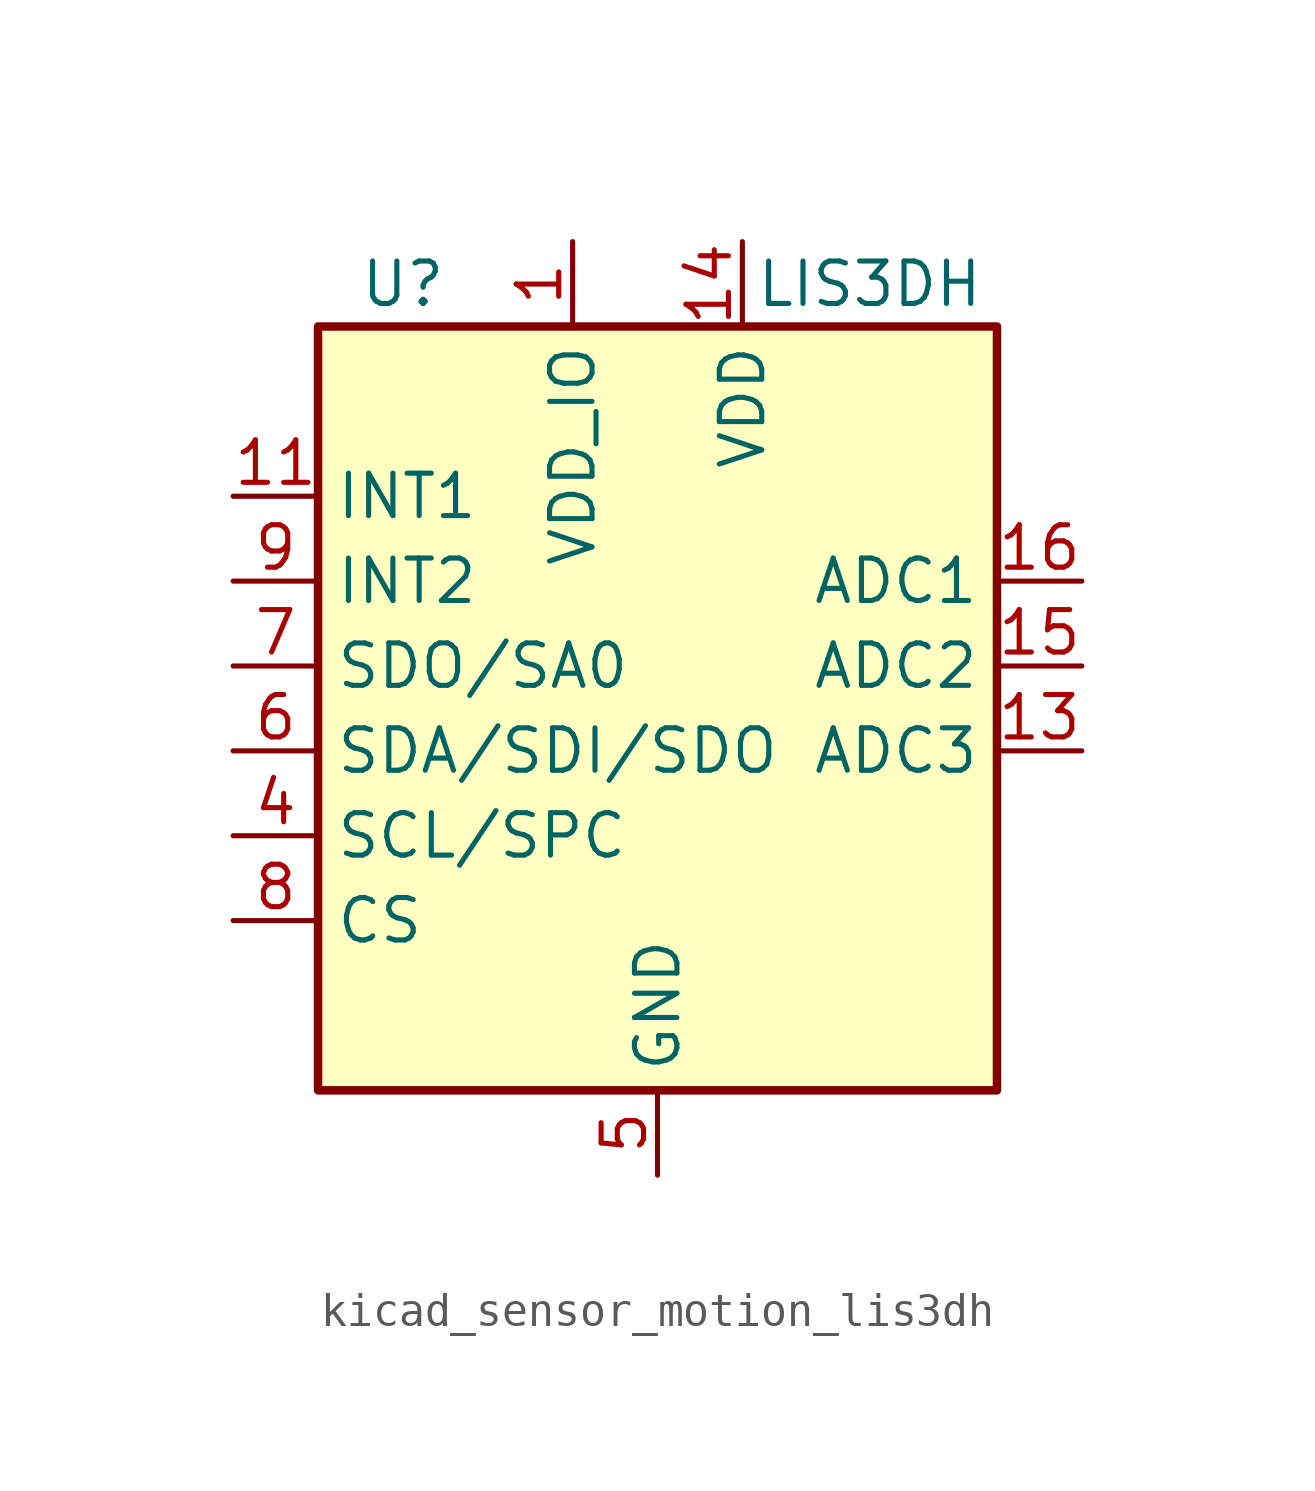
<source format=kicad_sym>
(kicad_symbol_lib
  (version 20220914)
  (generator kicad_symbol_editor)
  (symbol "kicad_sensor_motion_lis3dh"
    (property "Reference" "U"
      (at -7.62 11.43 0)
      (effects (font (size 1.27 1.27))))
    (property "Value" "LIS3DH"
      (at 6.35 11.43 0)
      (effects (font (size 1.27 1.27))))
    (symbol "kicad_sensor_motion_lis3dh_0_1"
      (rectangle (start -10.16 10.16) (end 10.16 -12.7) (stroke (width 0.254) (type default)) (fill (type background))))
    (symbol "kicad_sensor_motion_lis3dh_1_1"
      (pin power_in line (at -2.54 12.7 270) (length 2.54) (name "VDD_IO" (effects (font (size 1.27 1.27)))) (number "1" (effects (font (size 1.27 1.27)))))
      (pin passive line (at 0 -15.24 90) (length 2.54) hide (name "GND" (effects (font (size 1.27 1.27)))) (number "10" (effects (font (size 1.27 1.27)))))
      (pin output line (at -12.7 5.08 0) (length 2.54) (name "INT1" (effects (font (size 1.27 1.27)))) (number "11" (effects (font (size 1.27 1.27)))))
      (pin passive line (at 0 -15.24 90) (length 2.54) hide (name "GND" (effects (font (size 1.27 1.27)))) (number "12" (effects (font (size 1.27 1.27)))))
      (pin input line (at 12.7 -2.54 180) (length 2.54) (name "ADC3" (effects (font (size 1.27 1.27)))) (number "13" (effects (font (size 1.27 1.27)))))
      (pin power_in line (at 2.54 12.7 270) (length 2.54) (name "VDD" (effects (font (size 1.27 1.27)))) (number "14" (effects (font (size 1.27 1.27)))))
      (pin input line (at 12.7 0 180) (length 2.54) (name "ADC2" (effects (font (size 1.27 1.27)))) (number "15" (effects (font (size 1.27 1.27)))))
      (pin input line (at 12.7 2.54 180) (length 2.54) (name "ADC1" (effects (font (size 1.27 1.27)))) (number "16" (effects (font (size 1.27 1.27)))))
      (pin no_connect line (at 10.16 5.08 180) (length 2.54) hide (name "NC" (effects (font (size 1.27 1.27)))) (number "2" (effects (font (size 1.27 1.27)))))
      (pin no_connect line (at 10.16 7.62 180) (length 2.54) hide (name "NC" (effects (font (size 1.27 1.27)))) (number "3" (effects (font (size 1.27 1.27)))))
      (pin input line (at -12.7 -5.08 0) (length 2.54) (name "SCL/SPC" (effects (font (size 1.27 1.27)))) (number "4" (effects (font (size 1.27 1.27)))))
      (pin power_in line (at 0 -15.24 90) (length 2.54) (name "GND" (effects (font (size 1.27 1.27)))) (number "5" (effects (font (size 1.27 1.27)))))
      (pin bidirectional line (at -12.7 -2.54 0) (length 2.54) (name "SDA/SDI/SDO" (effects (font (size 1.27 1.27)))) (number "6" (effects (font (size 1.27 1.27)))))
      (pin bidirectional line (at -12.7 0 0) (length 2.54) (name "SDO/SA0" (effects (font (size 1.27 1.27)))) (number "7" (effects (font (size 1.27 1.27)))))
      (pin input line (at -12.7 -7.62 0) (length 2.54) (name "CS" (effects (font (size 1.27 1.27)))) (number "8" (effects (font (size 1.27 1.27)))))
      (pin output line (at -12.7 2.54 0) (length 2.54) (name "INT2" (effects (font (size 1.27 1.27)))) (number "9" (effects (font (size 1.27 1.27))))))))
</source>
